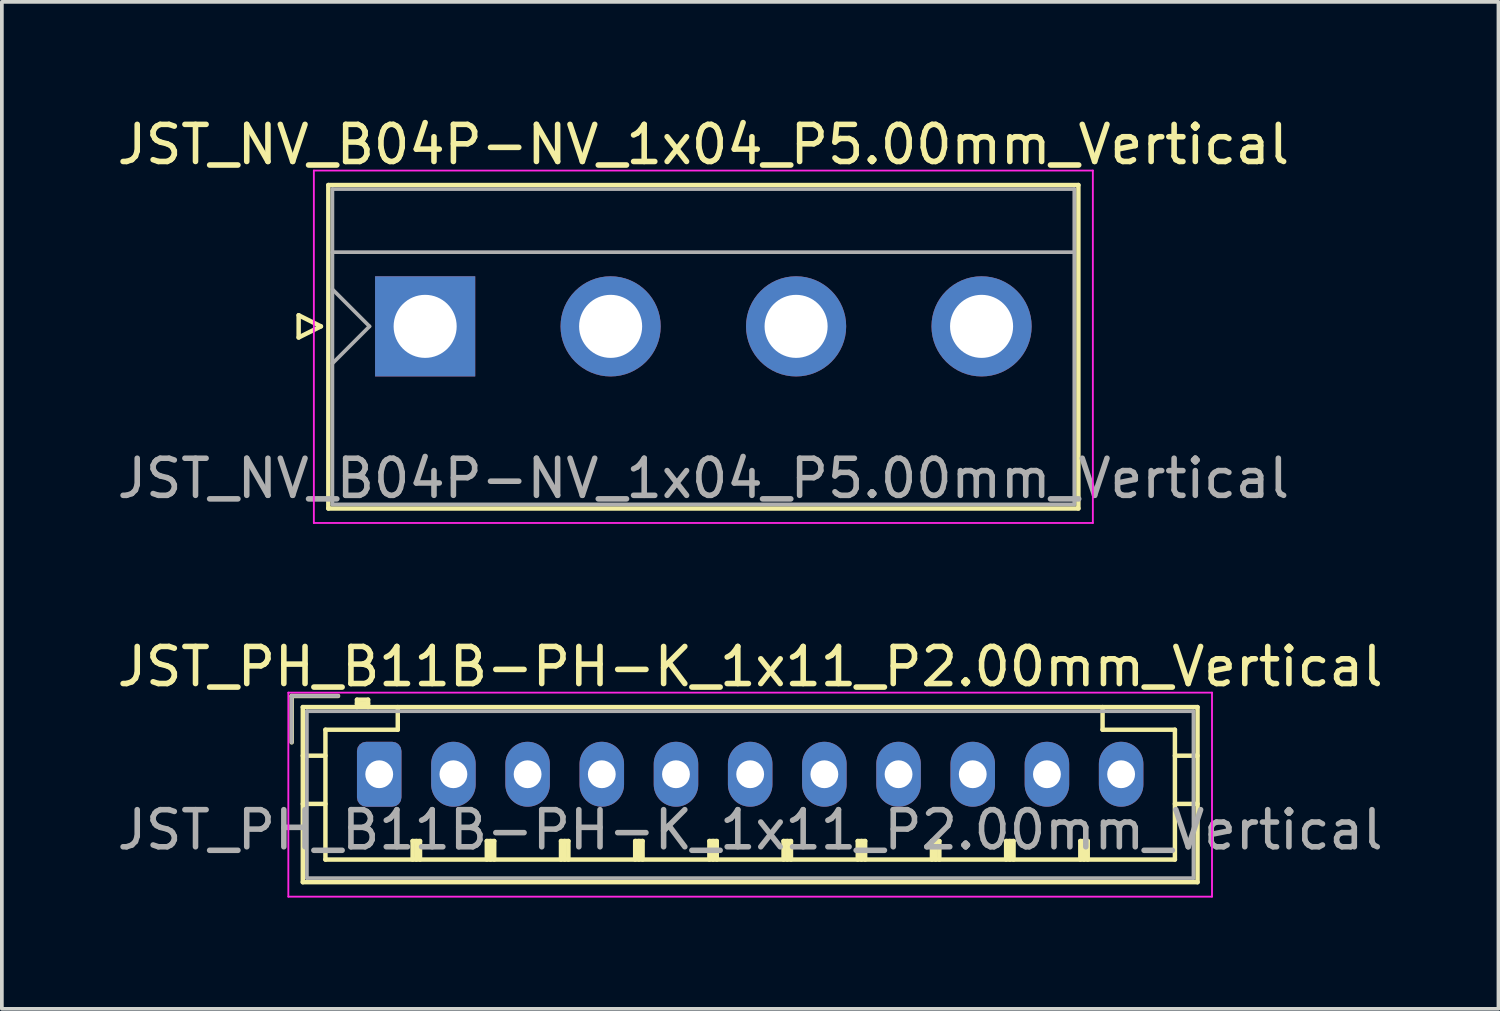
<source format=kicad_pcb>
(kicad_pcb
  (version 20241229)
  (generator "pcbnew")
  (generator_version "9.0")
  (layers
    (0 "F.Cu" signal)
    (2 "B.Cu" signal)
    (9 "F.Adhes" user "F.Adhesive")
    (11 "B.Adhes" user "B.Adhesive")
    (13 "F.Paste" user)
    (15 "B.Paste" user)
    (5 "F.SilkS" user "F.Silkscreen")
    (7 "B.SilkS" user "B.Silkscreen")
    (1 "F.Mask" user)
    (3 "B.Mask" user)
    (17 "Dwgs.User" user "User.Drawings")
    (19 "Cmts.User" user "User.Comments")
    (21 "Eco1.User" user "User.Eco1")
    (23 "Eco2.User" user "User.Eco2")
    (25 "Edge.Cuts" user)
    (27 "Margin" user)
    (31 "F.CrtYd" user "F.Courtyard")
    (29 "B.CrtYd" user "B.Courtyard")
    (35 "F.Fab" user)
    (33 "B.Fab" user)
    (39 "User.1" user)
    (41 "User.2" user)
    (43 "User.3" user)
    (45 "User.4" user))
  (footprint "JST_PH_B11B-PH-K_1x11_P2.00mm_Vertical"
    (layer "F.Cu")
    (at 7.173 17.822)
    (property "Reference" "JST_PH_B11B-PH-K_1x11_P2.00mm_Vertical" (at 10 -2.9 0) (layer "F.SilkS") (effects (font (size 1 1) (thickness 0.15))))
    (attr through_hole)
    (fp_line (start -2.36 -2.11) (end -2.36 -0.86) (stroke (width 0.12) (type solid)) (layer "F.SilkS"))
    (fp_line (start -2.06 -1.81) (end -2.06 2.91) (stroke (width 0.12) (type solid)) (layer "F.SilkS"))
    (fp_line (start -2.06 -0.5) (end -1.45 -0.5) (stroke (width 0.12) (type solid)) (layer "F.SilkS"))
    (fp_line (start -2.06 0.8) (end -1.45 0.8) (stroke (width 0.12) (type solid)) (layer "F.SilkS"))
    (fp_line (start -2.06 2.91) (end 22.06 2.91) (stroke (width 0.12) (type solid)) (layer "F.SilkS"))
    (fp_line (start -1.45 -1.2) (end -1.45 2.3) (stroke (width 0.12) (type solid)) (layer "F.SilkS"))
    (fp_line (start -1.45 2.3) (end 21.45 2.3) (stroke (width 0.12) (type solid)) (layer "F.SilkS"))
    (fp_line (start -1.11 -2.11) (end -2.36 -2.11) (stroke (width 0.12) (type solid)) (layer "F.SilkS"))
    (fp_line (start -0.6 -2.01) (end -0.6 -1.81) (stroke (width 0.12) (type solid)) (layer "F.SilkS"))
    (fp_line (start -0.3 -2.01) (end -0.6 -2.01) (stroke (width 0.12) (type solid)) (layer "F.SilkS"))
    (fp_line (start -0.3 -1.91) (end -0.6 -1.91) (stroke (width 0.12) (type solid)) (layer "F.SilkS"))
    (fp_line (start -0.3 -1.81) (end -0.3 -2.01) (stroke (width 0.12) (type solid)) (layer "F.SilkS"))
    (fp_line (start 0.5 -1.81) (end 0.5 -1.2) (stroke (width 0.12) (type solid)) (layer "F.SilkS"))
    (fp_line (start 0.5 -1.2) (end -1.45 -1.2) (stroke (width 0.12) (type solid)) (layer "F.SilkS"))
    (fp_line (start 0.9 1.8) (end 1.1 1.8) (stroke (width 0.12) (type solid)) (layer "F.SilkS"))
    (fp_line (start 0.9 2.3) (end 0.9 1.8) (stroke (width 0.12) (type solid)) (layer "F.SilkS"))
    (fp_line (start 1 2.3) (end 1 1.8) (stroke (width 0.12) (type solid)) (layer "F.SilkS"))
    (fp_line (start 1.1 1.8) (end 1.1 2.3) (stroke (width 0.12) (type solid)) (layer "F.SilkS"))
    (fp_line (start 2.9 1.8) (end 3.1 1.8) (stroke (width 0.12) (type solid)) (layer "F.SilkS"))
    (fp_line (start 2.9 2.3) (end 2.9 1.8) (stroke (width 0.12) (type solid)) (layer "F.SilkS"))
    (fp_line (start 3 2.3) (end 3 1.8) (stroke (width 0.12) (type solid)) (layer "F.SilkS"))
    (fp_line (start 3.1 1.8) (end 3.1 2.3) (stroke (width 0.12) (type solid)) (layer "F.SilkS"))
    (fp_line (start 4.9 1.8) (end 5.1 1.8) (stroke (width 0.12) (type solid)) (layer "F.SilkS"))
    (fp_line (start 4.9 2.3) (end 4.9 1.8) (stroke (width 0.12) (type solid)) (layer "F.SilkS"))
    (fp_line (start 5 2.3) (end 5 1.8) (stroke (width 0.12) (type solid)) (layer "F.SilkS"))
    (fp_line (start 5.1 1.8) (end 5.1 2.3) (stroke (width 0.12) (type solid)) (layer "F.SilkS"))
    (fp_line (start 6.9 1.8) (end 7.1 1.8) (stroke (width 0.12) (type solid)) (layer "F.SilkS"))
    (fp_line (start 6.9 2.3) (end 6.9 1.8) (stroke (width 0.12) (type solid)) (layer "F.SilkS"))
    (fp_line (start 7 2.3) (end 7 1.8) (stroke (width 0.12) (type solid)) (layer "F.SilkS"))
    (fp_line (start 7.1 1.8) (end 7.1 2.3) (stroke (width 0.12) (type solid)) (layer "F.SilkS"))
    (fp_line (start 8.9 1.8) (end 9.1 1.8) (stroke (width 0.12) (type solid)) (layer "F.SilkS"))
    (fp_line (start 8.9 2.3) (end 8.9 1.8) (stroke (width 0.12) (type solid)) (layer "F.SilkS"))
    (fp_line (start 9 2.3) (end 9 1.8) (stroke (width 0.12) (type solid)) (layer "F.SilkS"))
    (fp_line (start 9.1 1.8) (end 9.1 2.3) (stroke (width 0.12) (type solid)) (layer "F.SilkS"))
    (fp_line (start 10.9 1.8) (end 11.1 1.8) (stroke (width 0.12) (type solid)) (layer "F.SilkS"))
    (fp_line (start 10.9 2.3) (end 10.9 1.8) (stroke (width 0.12) (type solid)) (layer "F.SilkS"))
    (fp_line (start 11 2.3) (end 11 1.8) (stroke (width 0.12) (type solid)) (layer "F.SilkS"))
    (fp_line (start 11.1 1.8) (end 11.1 2.3) (stroke (width 0.12) (type solid)) (layer "F.SilkS"))
    (fp_line (start 12.9 1.8) (end 13.1 1.8) (stroke (width 0.12) (type solid)) (layer "F.SilkS"))
    (fp_line (start 12.9 2.3) (end 12.9 1.8) (stroke (width 0.12) (type solid)) (layer "F.SilkS"))
    (fp_line (start 13 2.3) (end 13 1.8) (stroke (width 0.12) (type solid)) (layer "F.SilkS"))
    (fp_line (start 13.1 1.8) (end 13.1 2.3) (stroke (width 0.12) (type solid)) (layer "F.SilkS"))
    (fp_line (start 14.9 1.8) (end 15.1 1.8) (stroke (width 0.12) (type solid)) (layer "F.SilkS"))
    (fp_line (start 14.9 2.3) (end 14.9 1.8) (stroke (width 0.12) (type solid)) (layer "F.SilkS"))
    (fp_line (start 15 2.3) (end 15 1.8) (stroke (width 0.12) (type solid)) (layer "F.SilkS"))
    (fp_line (start 15.1 1.8) (end 15.1 2.3) (stroke (width 0.12) (type solid)) (layer "F.SilkS"))
    (fp_line (start 16.9 1.8) (end 17.1 1.8) (stroke (width 0.12) (type solid)) (layer "F.SilkS"))
    (fp_line (start 16.9 2.3) (end 16.9 1.8) (stroke (width 0.12) (type solid)) (layer "F.SilkS"))
    (fp_line (start 17 2.3) (end 17 1.8) (stroke (width 0.12) (type solid)) (layer "F.SilkS"))
    (fp_line (start 17.1 1.8) (end 17.1 2.3) (stroke (width 0.12) (type solid)) (layer "F.SilkS"))
    (fp_line (start 18.9 1.8) (end 19.1 1.8) (stroke (width 0.12) (type solid)) (layer "F.SilkS"))
    (fp_line (start 18.9 2.3) (end 18.9 1.8) (stroke (width 0.12) (type solid)) (layer "F.SilkS"))
    (fp_line (start 19 2.3) (end 19 1.8) (stroke (width 0.12) (type solid)) (layer "F.SilkS"))
    (fp_line (start 19.1 1.8) (end 19.1 2.3) (stroke (width 0.12) (type solid)) (layer "F.SilkS"))
    (fp_line (start 19.5 -1.2) (end 19.5 -1.81) (stroke (width 0.12) (type solid)) (layer "F.SilkS"))
    (fp_line (start 21.45 -1.2) (end 19.5 -1.2) (stroke (width 0.12) (type solid)) (layer "F.SilkS"))
    (fp_line (start 21.45 2.3) (end 21.45 -1.2) (stroke (width 0.12) (type solid)) (layer "F.SilkS"))
    (fp_line (start 22.06 -1.81) (end -2.06 -1.81) (stroke (width 0.12) (type solid)) (layer "F.SilkS"))
    (fp_line (start 22.06 -0.5) (end 21.45 -0.5) (stroke (width 0.12) (type solid)) (layer "F.SilkS"))
    (fp_line (start 22.06 0.8) (end 21.45 0.8) (stroke (width 0.12) (type solid)) (layer "F.SilkS"))
    (fp_line (start 22.06 2.91) (end 22.06 -1.81) (stroke (width 0.12) (type solid)) (layer "F.SilkS"))
    (fp_line (start -2.45 -2.2) (end -2.45 3.3) (stroke (width 0.05) (type solid)) (layer "F.CrtYd"))
    (fp_line (start -2.45 3.3) (end 22.45 3.3) (stroke (width 0.05) (type solid)) (layer "F.CrtYd"))
    (fp_line (start 22.45 -2.2) (end -2.45 -2.2) (stroke (width 0.05) (type solid)) (layer "F.CrtYd"))
    (fp_line (start 22.45 3.3) (end 22.45 -2.2) (stroke (width 0.05) (type solid)) (layer "F.CrtYd"))
    (fp_line (start -2.36 -2.11) (end -2.36 -0.86) (stroke (width 0.1) (type solid)) (layer "F.Fab"))
    (fp_line (start -1.95 -1.7) (end -1.95 2.8) (stroke (width 0.1) (type solid)) (layer "F.Fab"))
    (fp_line (start -1.95 2.8) (end 21.95 2.8) (stroke (width 0.1) (type solid)) (layer "F.Fab"))
    (fp_line (start -1.11 -2.11) (end -2.36 -2.11) (stroke (width 0.1) (type solid)) (layer "F.Fab"))
    (fp_line (start 21.95 -1.7) (end -1.95 -1.7) (stroke (width 0.1) (type solid)) (layer "F.Fab"))
    (fp_line (start 21.95 2.8) (end 21.95 -1.7) (stroke (width 0.1) (type solid)) (layer "F.Fab"))
    (fp_text user "${REFERENCE}" (at 10 1.5 0) (layer "F.Fab") (effects (font (size 1 1) (thickness 0.15))))
    (pad "1" thru_hole roundrect (at 0 0) (size 1.2 1.75) (drill 0.75) (layers "*.Cu" "*.Mask") (roundrect_rratio 0.208))
    (pad "2" thru_hole oval (at 2 0) (size 1.2 1.75) (drill 0.75) (layers "*.Cu" "*.Mask"))
    (pad "3" thru_hole oval (at 4 0) (size 1.2 1.75) (drill 0.75) (layers "*.Cu" "*.Mask"))
    (pad "4" thru_hole oval (at 6 0) (size 1.2 1.75) (drill 0.75) (layers "*.Cu" "*.Mask"))
    (pad "5" thru_hole oval (at 8 0) (size 1.2 1.75) (drill 0.75) (layers "*.Cu" "*.Mask"))
    (pad "6" thru_hole oval (at 10 0) (size 1.2 1.75) (drill 0.75) (layers "*.Cu" "*.Mask"))
    (pad "7" thru_hole oval (at 12 0) (size 1.2 1.75) (drill 0.75) (layers "*.Cu" "*.Mask"))
    (pad "8" thru_hole oval (at 14 0) (size 1.2 1.75) (drill 0.75) (layers "*.Cu" "*.Mask"))
    (pad "9" thru_hole oval (at 16 0) (size 1.2 1.75) (drill 0.75) (layers "*.Cu" "*.Mask"))
    (pad "10" thru_hole oval (at 18 0) (size 1.2 1.75) (drill 0.75) (layers "*.Cu" "*.Mask"))
    (pad "11" thru_hole oval (at 20 0) (size 1.2 1.75) (drill 0.75) (layers "*.Cu" "*.Mask")))
  (footprint "JST_NV_B04P-NV_1x04_P5.00mm_Vertical"
    (layer "F.Cu")
    (at 8.411 5.748)
    (property "Reference" "JST_NV_B04P-NV_1x04_P5.00mm_Vertical" (at 7.5 -4.9 0) (layer "F.SilkS") (effects (font (size 1 1) (thickness 0.15))))
    (attr through_hole)
    (fp_line (start -3.41 -0.3) (end -2.81 0) (stroke (width 0.12) (type solid)) (layer "F.SilkS"))
    (fp_line (start -3.41 0.3) (end -3.41 -0.3) (stroke (width 0.12) (type solid)) (layer "F.SilkS"))
    (fp_line (start -2.81 0) (end -3.41 0.3) (stroke (width 0.12) (type solid)) (layer "F.SilkS"))
    (fp_line (start -2.61 -3.81) (end -2.61 4.91) (stroke (width 0.12) (type solid)) (layer "F.SilkS"))
    (fp_line (start -2.61 4.91) (end 17.61 4.91) (stroke (width 0.12) (type solid)) (layer "F.SilkS"))
    (fp_line (start 17.61 -3.81) (end -2.61 -3.81) (stroke (width 0.12) (type solid)) (layer "F.SilkS"))
    (fp_line (start 17.61 4.91) (end 17.61 -3.81) (stroke (width 0.12) (type solid)) (layer "F.SilkS"))
    (fp_line (start -3 -4.2) (end -3 5.3) (stroke (width 0.05) (type solid)) (layer "F.CrtYd"))
    (fp_line (start -3 5.3) (end 18 5.3) (stroke (width 0.05) (type solid)) (layer "F.CrtYd"))
    (fp_line (start 18 -4.2) (end -3 -4.2) (stroke (width 0.05) (type solid)) (layer "F.CrtYd"))
    (fp_line (start 18 5.3) (end 18 -4.2) (stroke (width 0.05) (type solid)) (layer "F.CrtYd"))
    (fp_line (start -2.5 -3.7) (end -2.5 4.8) (stroke (width 0.1) (type solid)) (layer "F.Fab"))
    (fp_line (start -2.5 -2) (end 17.5 -2) (stroke (width 0.1) (type solid)) (layer "F.Fab"))
    (fp_line (start -2.5 -1) (end -1.5 0) (stroke (width 0.1) (type solid)) (layer "F.Fab"))
    (fp_line (start -2.5 1) (end -1.5 0) (stroke (width 0.1) (type solid)) (layer "F.Fab"))
    (fp_line (start -2.5 4.8) (end 17.5 4.8) (stroke (width 0.1) (type solid)) (layer "F.Fab"))
    (fp_line (start 17.5 -3.7) (end -2.5 -3.7) (stroke (width 0.1) (type solid)) (layer "F.Fab"))
    (fp_line (start 17.5 4.8) (end 17.5 -3.7) (stroke (width 0.1) (type solid)) (layer "F.Fab"))
    (fp_text user "${REFERENCE}" (at 7.5 4.1 0) (layer "F.Fab") (effects (font (size 1 1) (thickness 0.15))))
    (pad "1" thru_hole rect (at 0 0) (size 2.7 2.7) (drill 1.7) (layers "*.Cu" "*.Mask"))
    (pad "2" thru_hole circle (at 5 0) (size 2.7 2.7) (drill 1.7) (layers "*.Cu" "*.Mask"))
    (pad "3" thru_hole circle (at 10 0) (size 2.7 2.7) (drill 1.7) (layers "*.Cu" "*.Mask"))
    (pad "4" thru_hole circle (at 15 0) (size 2.7 2.7) (drill 1.7) (layers "*.Cu" "*.Mask")))
  (gr_rect
    (start -3 -3)
    (end 37.345 24.146)
    (stroke (width 0.1) (type default))
    (fill no)
    (layer "Edge.Cuts")))
</source>
